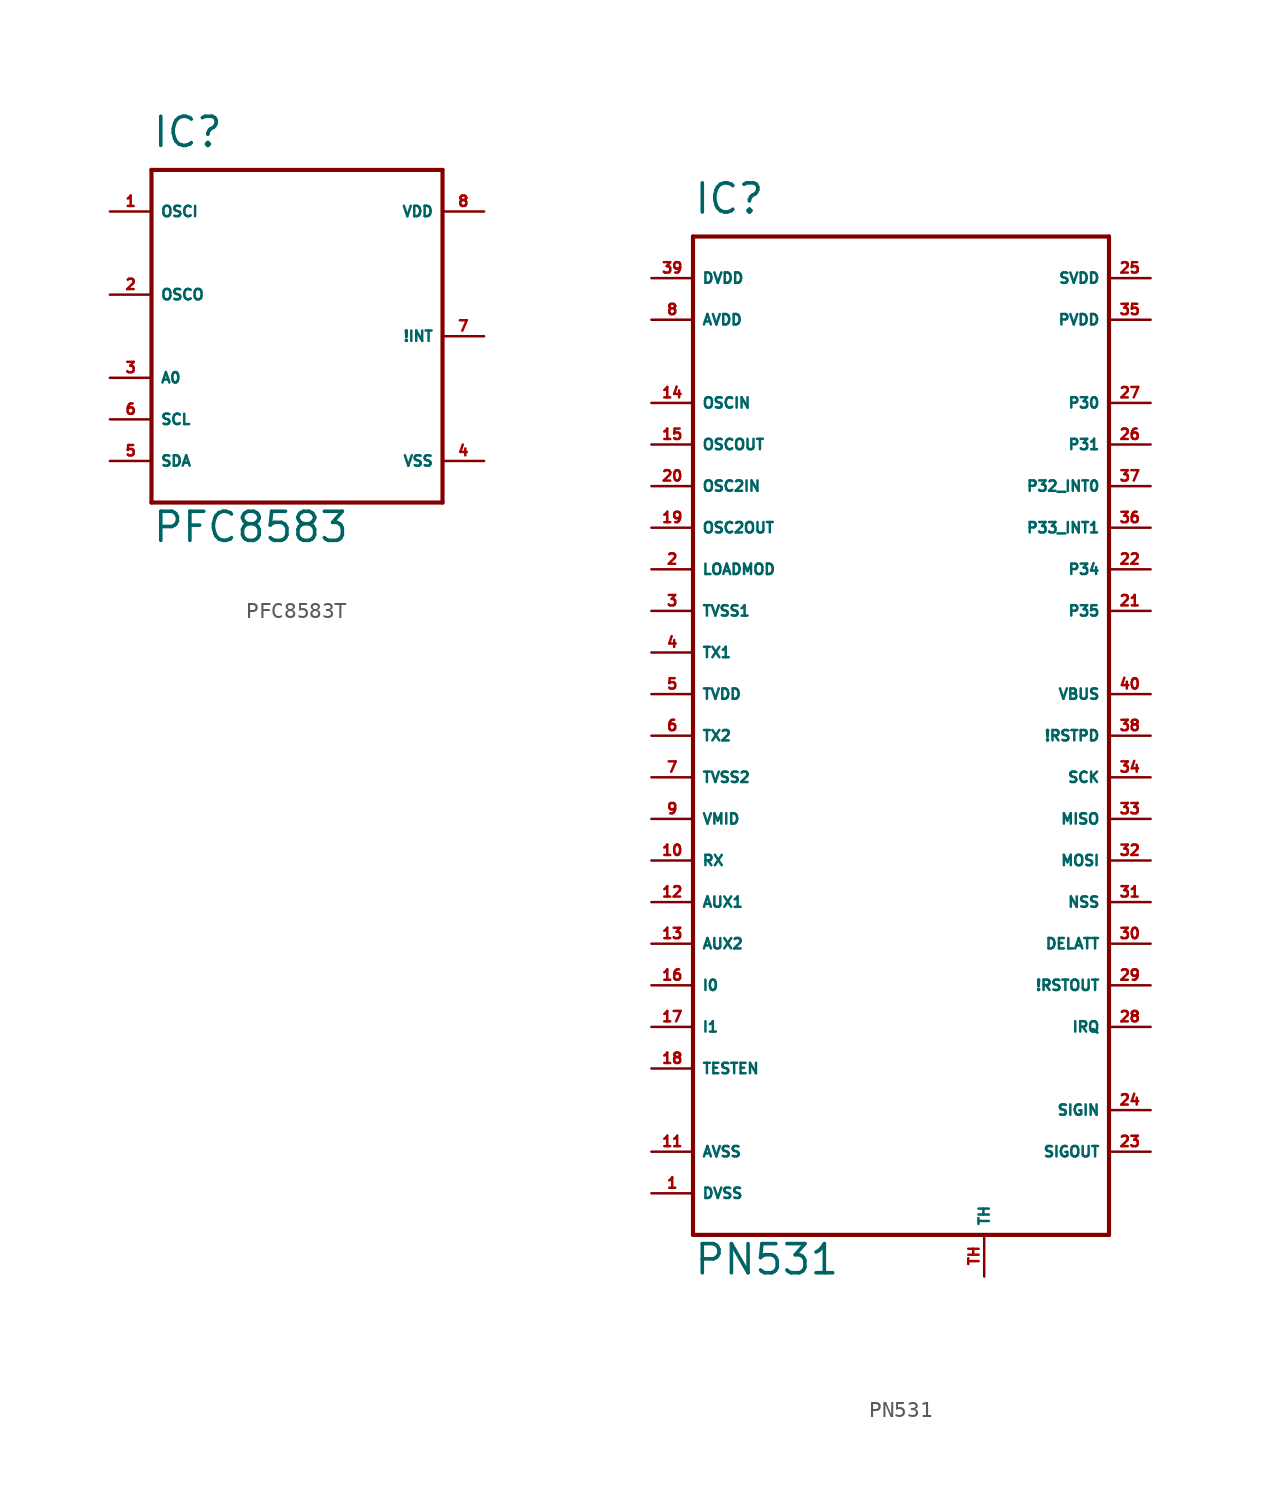
<source format=kicad_sym>
(kicad_symbol_lib
  (version 20220914)
  (generator Eagle2Kicad)
  (symbol "PFC8583T"
    (property "Reference" "IC"
      (at -7.62 11.43 0)
      (effects (font (size 1.778 1.778) (thickness 0.22)) (justify left bottom)))
    (property "Value" "PFC8583"
      (at -7.62 -12.7 0)
      (effects (font (size 1.778 1.778) (thickness 0.22)) (justify left bottom)))
    (polyline
      (pts (xy -7.62 10.16) (xy 10.16 10.16))
      (stroke (width 0.254) (type default))
      (fill (type none)))
    (polyline
      (pts (xy 10.16 10.16) (xy 10.16 -10.16))
      (stroke (width 0.254) (type default))
      (fill (type none)))
    (polyline
      (pts (xy 10.16 -10.16) (xy -7.62 -10.16))
      (stroke (width 0.254) (type default))
      (fill (type none)))
    (polyline
      (pts (xy -7.62 -10.16) (xy -7.62 10.16))
      (stroke (width 0.254) (type default))
      (fill (type none)))
    (pin input line
      (at -10.16 -2.54 0)
      (length 2.54)
      (name "A0" (effects (font (size 0.635 0.635) (thickness 0.08)) (justify left bottom)))
      (number "3" (effects (font (size 0.635 0.635) (thickness 0.08)) (justify left bottom))))
    (pin bidirectional line
      (at -10.16 -7.62 0)
      (length 2.54)
      (name "SDA" (effects (font (size 0.635 0.635) (thickness 0.08)) (justify left bottom)))
      (number "5" (effects (font (size 0.635 0.635) (thickness 0.08)) (justify left bottom))))
    (pin input line
      (at -10.16 -5.08 0)
      (length 2.54)
      (name "SCL" (effects (font (size 0.635 0.635) (thickness 0.08)) (justify left bottom)))
      (number "6" (effects (font (size 0.635 0.635) (thickness 0.08)) (justify left bottom))))
    (pin output line
      (at 12.7 0 180)
      (length 2.54)
      (name "!INT" (effects (font (size 0.635 0.635) (thickness 0.08)) (justify left bottom)))
      (number "7" (effects (font (size 0.635 0.635) (thickness 0.08)) (justify left bottom))))
    (pin input line
      (at -10.16 7.62 0)
      (length 2.54)
      (name "OSCI" (effects (font (size 0.635 0.635) (thickness 0.08)) (justify left bottom)))
      (number "1" (effects (font (size 0.635 0.635) (thickness 0.08)) (justify left bottom))))
    (pin output line
      (at -10.16 2.54 0)
      (length 2.54)
      (name "OSCO" (effects (font (size 0.635 0.635) (thickness 0.08)) (justify left bottom)))
      (number "2" (effects (font (size 0.635 0.635) (thickness 0.08)) (justify left bottom))))
    (pin unspecified line
      (at 12.7 -7.62 180)
      (length 2.54)
      (name "VSS" (effects (font (size 0.635 0.635) (thickness 0.08)) (justify left bottom)))
      (number "4" (effects (font (size 0.635 0.635) (thickness 0.08)) (justify left bottom))))
    (pin unspecified line
      (at 12.7 7.62 180)
      (length 2.54)
      (name "VDD" (effects (font (size 0.635 0.635) (thickness 0.08)) (justify left bottom)))
      (number "8" (effects (font (size 0.635 0.635) (thickness 0.08)) (justify left bottom)))))
  (symbol "PN531"
    (property "Reference" "IC"
      (at -12.7 31.75 0)
      (effects (font (size 1.778 1.778) (thickness 0.22)) (justify left bottom)))
    (property "Value" "PN531"
      (at -12.7 -33.02 0)
      (effects (font (size 1.778 1.778) (thickness 0.22)) (justify left bottom)))
    (polyline
      (pts (xy -12.7 30.48) (xy 12.7 30.48))
      (stroke (width 0.254) (type default))
      (fill (type none)))
    (polyline
      (pts (xy 12.7 30.48) (xy 12.7 -30.48))
      (stroke (width 0.254) (type default))
      (fill (type none)))
    (polyline
      (pts (xy 12.7 -30.48) (xy -12.7 -30.48))
      (stroke (width 0.254) (type default))
      (fill (type none)))
    (polyline
      (pts (xy -12.7 -30.48) (xy -12.7 30.48))
      (stroke (width 0.254) (type default))
      (fill (type none)))
    (pin input line
      (at -15.24 27.94 0)
      (length 2.54)
      (name "DVDD" (effects (font (size 0.635 0.635) (thickness 0.08)) (justify left bottom)))
      (number "39" (effects (font (size 0.635 0.635) (thickness 0.08)) (justify left bottom))))
    (pin unspecified line
      (at -15.24 -27.94 0)
      (length 2.54)
      (name "DVSS" (effects (font (size 0.635 0.635) (thickness 0.08)) (justify left bottom)))
      (number "1" (effects (font (size 0.635 0.635) (thickness 0.08)) (justify left bottom))))
    (pin bidirectional line
      (at 15.24 15.24 180)
      (length 2.54)
      (name "P32_INT0" (effects (font (size 0.635 0.635) (thickness 0.08)) (justify left bottom)))
      (number "37" (effects (font (size 0.635 0.635) (thickness 0.08)) (justify left bottom))))
    (pin bidirectional line
      (at 15.24 12.7 180)
      (length 2.54)
      (name "P33_INT1" (effects (font (size 0.635 0.635) (thickness 0.08)) (justify left bottom)))
      (number "36" (effects (font (size 0.635 0.635) (thickness 0.08)) (justify left bottom))))
    (pin bidirectional line
      (at 15.24 -15.24 180)
      (length 2.54)
      (name "!RSTOUT" (effects (font (size 0.635 0.635) (thickness 0.08)) (justify left bottom)))
      (number "29" (effects (font (size 0.635 0.635) (thickness 0.08)) (justify left bottom))))
    (pin output line
      (at 15.24 -17.78 180)
      (length 2.54)
      (name "IRQ" (effects (font (size 0.635 0.635) (thickness 0.08)) (justify left bottom)))
      (number "28" (effects (font (size 0.635 0.635) (thickness 0.08)) (justify left bottom))))
    (pin bidirectional line
      (at 15.24 -2.54 180)
      (length 2.54)
      (name "SCK" (effects (font (size 0.635 0.635) (thickness 0.08)) (justify left bottom)))
      (number "34" (effects (font (size 0.635 0.635) (thickness 0.08)) (justify left bottom))))
    (pin bidirectional line
      (at 15.24 -5.08 180)
      (length 2.54)
      (name "MISO" (effects (font (size 0.635 0.635) (thickness 0.08)) (justify left bottom)))
      (number "33" (effects (font (size 0.635 0.635) (thickness 0.08)) (justify left bottom))))
    (pin bidirectional line
      (at 15.24 -7.62 180)
      (length 2.54)
      (name "MOSI" (effects (font (size 0.635 0.635) (thickness 0.08)) (justify left bottom)))
      (number "32" (effects (font (size 0.635 0.635) (thickness 0.08)) (justify left bottom))))
    (pin bidirectional line
      (at 15.24 -10.16 180)
      (length 2.54)
      (name "NSS" (effects (font (size 0.635 0.635) (thickness 0.08)) (justify left bottom)))
      (number "31" (effects (font (size 0.635 0.635) (thickness 0.08)) (justify left bottom))))
    (pin bidirectional line
      (at 15.24 20.32 180)
      (length 2.54)
      (name "P30" (effects (font (size 0.635 0.635) (thickness 0.08)) (justify left bottom)))
      (number "27" (effects (font (size 0.635 0.635) (thickness 0.08)) (justify left bottom))))
    (pin bidirectional line
      (at 15.24 17.78 180)
      (length 2.54)
      (name "P31" (effects (font (size 0.635 0.635) (thickness 0.08)) (justify left bottom)))
      (number "26" (effects (font (size 0.635 0.635) (thickness 0.08)) (justify left bottom))))
    (pin bidirectional line
      (at 15.24 10.16 180)
      (length 2.54)
      (name "P34" (effects (font (size 0.635 0.635) (thickness 0.08)) (justify left bottom)))
      (number "22" (effects (font (size 0.635 0.635) (thickness 0.08)) (justify left bottom))))
    (pin bidirectional line
      (at 15.24 7.62 180)
      (length 2.54)
      (name "P35" (effects (font (size 0.635 0.635) (thickness 0.08)) (justify left bottom)))
      (number "21" (effects (font (size 0.635 0.635) (thickness 0.08)) (justify left bottom))))
    (pin input line
      (at -15.24 15.24 0)
      (length 2.54)
      (name "OSC2IN" (effects (font (size 0.635 0.635) (thickness 0.08)) (justify left bottom)))
      (number "20" (effects (font (size 0.635 0.635) (thickness 0.08)) (justify left bottom))))
    (pin input line
      (at 15.24 2.54 180)
      (length 2.54)
      (name "VBUS" (effects (font (size 0.635 0.635) (thickness 0.08)) (justify left bottom)))
      (number "40" (effects (font (size 0.635 0.635) (thickness 0.08)) (justify left bottom))))
    (pin output line
      (at 15.24 -12.7 180)
      (length 2.54)
      (name "DELATT" (effects (font (size 0.635 0.635) (thickness 0.08)) (justify left bottom)))
      (number "30" (effects (font (size 0.635 0.635) (thickness 0.08)) (justify left bottom))))
    (pin input line
      (at -15.24 -20.32 0)
      (length 2.54)
      (name "TESTEN" (effects (font (size 0.635 0.635) (thickness 0.08)) (justify left bottom)))
      (number "18" (effects (font (size 0.635 0.635) (thickness 0.08)) (justify left bottom))))
    (pin output line
      (at -15.24 12.7 0)
      (length 2.54)
      (name "OSC2OUT" (effects (font (size 0.635 0.635) (thickness 0.08)) (justify left bottom)))
      (number "19" (effects (font (size 0.635 0.635) (thickness 0.08)) (justify left bottom))))
    (pin unspecified line
      (at 15.24 25.4 180)
      (length 2.54)
      (name "PVDD" (effects (font (size 0.635 0.635) (thickness 0.08)) (justify left bottom)))
      (number "35" (effects (font (size 0.635 0.635) (thickness 0.08)) (justify left bottom))))
    (pin unspecified line
      (at 15.24 27.94 180)
      (length 2.54)
      (name "SVDD" (effects (font (size 0.635 0.635) (thickness 0.08)) (justify left bottom)))
      (number "25" (effects (font (size 0.635 0.635) (thickness 0.08)) (justify left bottom))))
    (pin input line
      (at 15.24 0 180)
      (length 2.54)
      (name "!RSTPD" (effects (font (size 0.635 0.635) (thickness 0.08)) (justify left bottom)))
      (number "38" (effects (font (size 0.635 0.635) (thickness 0.08)) (justify left bottom))))
    (pin output line
      (at -15.24 17.78 0)
      (length 2.54)
      (name "OSCOUT" (effects (font (size 0.635 0.635) (thickness 0.08)) (justify left bottom)))
      (number "15" (effects (font (size 0.635 0.635) (thickness 0.08)) (justify left bottom))))
    (pin input line
      (at -15.24 20.32 0)
      (length 2.54)
      (name "OSCIN" (effects (font (size 0.635 0.635) (thickness 0.08)) (justify left bottom)))
      (number "14" (effects (font (size 0.635 0.635) (thickness 0.08)) (justify left bottom))))
    (pin unspecified line
      (at -15.24 2.54 0)
      (length 2.54)
      (name "TVDD" (effects (font (size 0.635 0.635) (thickness 0.08)) (justify left bottom)))
      (number "5" (effects (font (size 0.635 0.635) (thickness 0.08)) (justify left bottom))))
    (pin unspecified line
      (at -15.24 7.62 0)
      (length 2.54)
      (name "TVSS1" (effects (font (size 0.635 0.635) (thickness 0.08)) (justify left bottom)))
      (number "3" (effects (font (size 0.635 0.635) (thickness 0.08)) (justify left bottom))))
    (pin output line
      (at -15.24 5.08 0)
      (length 2.54)
      (name "TX1" (effects (font (size 0.635 0.635) (thickness 0.08)) (justify left bottom)))
      (number "4" (effects (font (size 0.635 0.635) (thickness 0.08)) (justify left bottom))))
    (pin output line
      (at -15.24 0 0)
      (length 2.54)
      (name "TX2" (effects (font (size 0.635 0.635) (thickness 0.08)) (justify left bottom)))
      (number "6" (effects (font (size 0.635 0.635) (thickness 0.08)) (justify left bottom))))
    (pin unspecified line
      (at -15.24 25.4 0)
      (length 2.54)
      (name "AVDD" (effects (font (size 0.635 0.635) (thickness 0.08)) (justify left bottom)))
      (number "8" (effects (font (size 0.635 0.635) (thickness 0.08)) (justify left bottom))))
    (pin unspecified line
      (at -15.24 -25.4 0)
      (length 2.54)
      (name "AVSS" (effects (font (size 0.635 0.635) (thickness 0.08)) (justify left bottom)))
      (number "11" (effects (font (size 0.635 0.635) (thickness 0.08)) (justify left bottom))))
    (pin input line
      (at -15.24 -7.62 0)
      (length 2.54)
      (name "RX" (effects (font (size 0.635 0.635) (thickness 0.08)) (justify left bottom)))
      (number "10" (effects (font (size 0.635 0.635) (thickness 0.08)) (justify left bottom))))
    (pin unspecified line
      (at -15.24 -5.08 0)
      (length 2.54)
      (name "VMID" (effects (font (size 0.635 0.635) (thickness 0.08)) (justify left bottom)))
      (number "9" (effects (font (size 0.635 0.635) (thickness 0.08)) (justify left bottom))))
    (pin output line
      (at -15.24 -10.16 0)
      (length 2.54)
      (name "AUX1" (effects (font (size 0.635 0.635) (thickness 0.08)) (justify left bottom)))
      (number "12" (effects (font (size 0.635 0.635) (thickness 0.08)) (justify left bottom))))
    (pin output line
      (at -15.24 -12.7 0)
      (length 2.54)
      (name "AUX2" (effects (font (size 0.635 0.635) (thickness 0.08)) (justify left bottom)))
      (number "13" (effects (font (size 0.635 0.635) (thickness 0.08)) (justify left bottom))))
    (pin output line
      (at 15.24 -25.4 180)
      (length 2.54)
      (name "SIGOUT" (effects (font (size 0.635 0.635) (thickness 0.08)) (justify left bottom)))
      (number "23" (effects (font (size 0.635 0.635) (thickness 0.08)) (justify left bottom))))
    (pin input line
      (at 15.24 -22.86 180)
      (length 2.54)
      (name "SIGIN" (effects (font (size 0.635 0.635) (thickness 0.08)) (justify left bottom)))
      (number "24" (effects (font (size 0.635 0.635) (thickness 0.08)) (justify left bottom))))
    (pin output line
      (at -15.24 10.16 0)
      (length 2.54)
      (name "LOADMOD" (effects (font (size 0.635 0.635) (thickness 0.08)) (justify left bottom)))
      (number "2" (effects (font (size 0.635 0.635) (thickness 0.08)) (justify left bottom))))
    (pin unspecified line
      (at -15.24 -2.54 0)
      (length 2.54)
      (name "TVSS2" (effects (font (size 0.635 0.635) (thickness 0.08)) (justify left bottom)))
      (number "7" (effects (font (size 0.635 0.635) (thickness 0.08)) (justify left bottom))))
    (pin input line
      (at -15.24 -15.24 0)
      (length 2.54)
      (name "I0" (effects (font (size 0.635 0.635) (thickness 0.08)) (justify left bottom)))
      (number "16" (effects (font (size 0.635 0.635) (thickness 0.08)) (justify left bottom))))
    (pin input line
      (at -15.24 -17.78 0)
      (length 2.54)
      (name "I1" (effects (font (size 0.635 0.635) (thickness 0.08)) (justify left bottom)))
      (number "17" (effects (font (size 0.635 0.635) (thickness 0.08)) (justify left bottom))))
    (pin passive line
      (at 5.08 -33.02 90)
      (length 2.54)
      (name "TH" (effects (font (size 0.635 0.635) (thickness 0.08)) (justify left bottom)))
      (number "TH" (effects (font (size 0.635 0.635) (thickness 0.08)) (justify left bottom))))))
</source>
